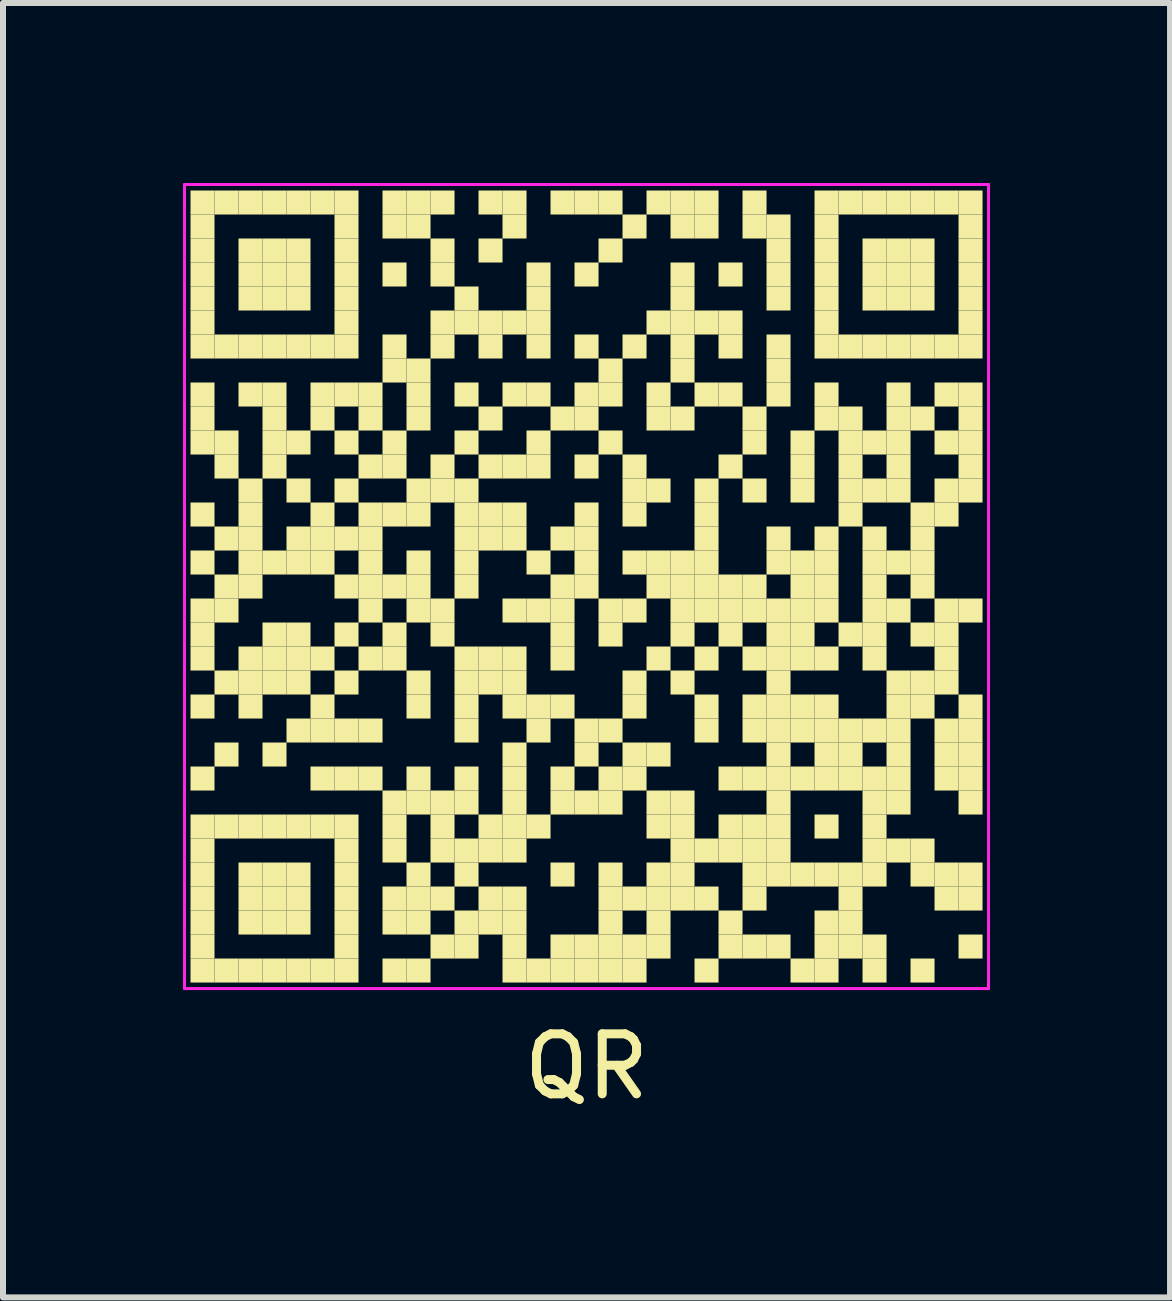
<source format=kicad_pcb>
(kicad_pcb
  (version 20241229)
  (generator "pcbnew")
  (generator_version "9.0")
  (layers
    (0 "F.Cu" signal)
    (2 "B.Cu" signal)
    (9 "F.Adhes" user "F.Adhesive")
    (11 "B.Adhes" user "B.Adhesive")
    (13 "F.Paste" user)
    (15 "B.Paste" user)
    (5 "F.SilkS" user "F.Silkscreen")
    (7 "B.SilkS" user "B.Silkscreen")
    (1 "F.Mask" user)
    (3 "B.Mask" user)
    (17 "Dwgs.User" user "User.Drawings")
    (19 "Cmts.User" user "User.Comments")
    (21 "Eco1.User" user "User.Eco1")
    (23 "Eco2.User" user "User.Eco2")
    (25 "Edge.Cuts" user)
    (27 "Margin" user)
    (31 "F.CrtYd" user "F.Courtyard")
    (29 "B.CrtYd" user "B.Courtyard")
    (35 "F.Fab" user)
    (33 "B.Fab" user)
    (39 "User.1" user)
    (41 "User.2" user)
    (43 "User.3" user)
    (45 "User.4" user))
  (footprint "QR"
    (layer "F.Cu")
    (at 6.725 6.725)
    (property "Reference" "QR" (at 0 8 0) (layer "F.SilkS") (effects (font (size 1 1) (thickness 0.15))))
    (fp_rect (start -6.6 -6.6) (end -6.2 -6.2) (stroke (width 0) (type default)) (fill yes) (layer "F.SilkS"))
    (fp_rect (start -6.6 -6.2) (end -6.2 -5.8) (stroke (width 0) (type default)) (fill yes) (layer "F.SilkS"))
    (fp_rect (start -6.6 -5.8) (end -6.2 -5.4) (stroke (width 0) (type default)) (fill yes) (layer "F.SilkS"))
    (fp_rect (start -6.6 -5.4) (end -6.2 -5) (stroke (width 0) (type default)) (fill yes) (layer "F.SilkS"))
    (fp_rect (start -6.6 -5) (end -6.2 -4.6) (stroke (width 0) (type default)) (fill yes) (layer "F.SilkS"))
    (fp_rect (start -6.6 -4.6) (end -6.2 -4.2) (stroke (width 0) (type default)) (fill yes) (layer "F.SilkS"))
    (fp_rect (start -6.6 -4.2) (end -6.2 -3.8) (stroke (width 0) (type default)) (fill yes) (layer "F.SilkS"))
    (fp_rect (start -6.6 -3.4) (end -6.2 -3) (stroke (width 0) (type default)) (fill yes) (layer "F.SilkS"))
    (fp_rect (start -6.6 -3) (end -6.2 -2.6) (stroke (width 0) (type default)) (fill yes) (layer "F.SilkS"))
    (fp_rect (start -6.6 -2.6) (end -6.2 -2.2) (stroke (width 0) (type default)) (fill yes) (layer "F.SilkS"))
    (fp_rect (start -6.6 -1.4) (end -6.2 -1) (stroke (width 0) (type default)) (fill yes) (layer "F.SilkS"))
    (fp_rect (start -6.6 -0.6) (end -6.2 -0.2) (stroke (width 0) (type default)) (fill yes) (layer "F.SilkS"))
    (fp_rect (start -6.6 0.2) (end -6.2 0.6) (stroke (width 0) (type default)) (fill yes) (layer "F.SilkS"))
    (fp_rect (start -6.6 0.6) (end -6.2 1) (stroke (width 0) (type default)) (fill yes) (layer "F.SilkS"))
    (fp_rect (start -6.6 1) (end -6.2 1.4) (stroke (width 0) (type default)) (fill yes) (layer "F.SilkS"))
    (fp_rect (start -6.6 1.8) (end -6.2 2.2) (stroke (width 0) (type default)) (fill yes) (layer "F.SilkS"))
    (fp_rect (start -6.6 3) (end -6.2 3.4) (stroke (width 0) (type default)) (fill yes) (layer "F.SilkS"))
    (fp_rect (start -6.6 3.8) (end -6.2 4.2) (stroke (width 0) (type default)) (fill yes) (layer "F.SilkS"))
    (fp_rect (start -6.6 4.2) (end -6.2 4.6) (stroke (width 0) (type default)) (fill yes) (layer "F.SilkS"))
    (fp_rect (start -6.6 4.6) (end -6.2 5) (stroke (width 0) (type default)) (fill yes) (layer "F.SilkS"))
    (fp_rect (start -6.6 5) (end -6.2 5.4) (stroke (width 0) (type default)) (fill yes) (layer "F.SilkS"))
    (fp_rect (start -6.6 5.4) (end -6.2 5.8) (stroke (width 0) (type default)) (fill yes) (layer "F.SilkS"))
    (fp_rect (start -6.6 5.8) (end -6.2 6.2) (stroke (width 0) (type default)) (fill yes) (layer "F.SilkS"))
    (fp_rect (start -6.6 6.2) (end -6.2 6.6) (stroke (width 0) (type default)) (fill yes) (layer "F.SilkS"))
    (fp_rect (start -6.2 -6.6) (end -5.8 -6.2) (stroke (width 0) (type default)) (fill yes) (layer "F.SilkS"))
    (fp_rect (start -6.2 -4.2) (end -5.8 -3.8) (stroke (width 0) (type default)) (fill yes) (layer "F.SilkS"))
    (fp_rect (start -6.2 -2.6) (end -5.8 -2.2) (stroke (width 0) (type default)) (fill yes) (layer "F.SilkS"))
    (fp_rect (start -6.2 -2.2) (end -5.8 -1.8) (stroke (width 0) (type default)) (fill yes) (layer "F.SilkS"))
    (fp_rect (start -6.2 -1) (end -5.8 -0.6) (stroke (width 0) (type default)) (fill yes) (layer "F.SilkS"))
    (fp_rect (start -6.2 -0.2) (end -5.8 0.2) (stroke (width 0) (type default)) (fill yes) (layer "F.SilkS"))
    (fp_rect (start -6.2 0.2) (end -5.8 0.6) (stroke (width 0) (type default)) (fill yes) (layer "F.SilkS"))
    (fp_rect (start -6.2 1.4) (end -5.8 1.8) (stroke (width 0) (type default)) (fill yes) (layer "F.SilkS"))
    (fp_rect (start -6.2 2.6) (end -5.8 3) (stroke (width 0) (type default)) (fill yes) (layer "F.SilkS"))
    (fp_rect (start -6.2 3.8) (end -5.8 4.2) (stroke (width 0) (type default)) (fill yes) (layer "F.SilkS"))
    (fp_rect (start -6.2 6.2) (end -5.8 6.6) (stroke (width 0) (type default)) (fill yes) (layer "F.SilkS"))
    (fp_rect (start -5.8 -6.6) (end -5.4 -6.2) (stroke (width 0) (type default)) (fill yes) (layer "F.SilkS"))
    (fp_rect (start -5.8 -5.8) (end -5.4 -5.4) (stroke (width 0) (type default)) (fill yes) (layer "F.SilkS"))
    (fp_rect (start -5.8 -5.4) (end -5.4 -5) (stroke (width 0) (type default)) (fill yes) (layer "F.SilkS"))
    (fp_rect (start -5.8 -5) (end -5.4 -4.6) (stroke (width 0) (type default)) (fill yes) (layer "F.SilkS"))
    (fp_rect (start -5.8 -4.2) (end -5.4 -3.8) (stroke (width 0) (type default)) (fill yes) (layer "F.SilkS"))
    (fp_rect (start -5.8 -3.4) (end -5.4 -3) (stroke (width 0) (type default)) (fill yes) (layer "F.SilkS"))
    (fp_rect (start -5.8 -1.8) (end -5.4 -1.4) (stroke (width 0) (type default)) (fill yes) (layer "F.SilkS"))
    (fp_rect (start -5.8 -1.4) (end -5.4 -1) (stroke (width 0) (type default)) (fill yes) (layer "F.SilkS"))
    (fp_rect (start -5.8 -1) (end -5.4 -0.6) (stroke (width 0) (type default)) (fill yes) (layer "F.SilkS"))
    (fp_rect (start -5.8 -0.6) (end -5.4 -0.2) (stroke (width 0) (type default)) (fill yes) (layer "F.SilkS"))
    (fp_rect (start -5.8 -0.2) (end -5.4 0.2) (stroke (width 0) (type default)) (fill yes) (layer "F.SilkS"))
    (fp_rect (start -5.8 1) (end -5.4 1.4) (stroke (width 0) (type default)) (fill yes) (layer "F.SilkS"))
    (fp_rect (start -5.8 1.4) (end -5.4 1.8) (stroke (width 0) (type default)) (fill yes) (layer "F.SilkS"))
    (fp_rect (start -5.8 1.8) (end -5.4 2.2) (stroke (width 0) (type default)) (fill yes) (layer "F.SilkS"))
    (fp_rect (start -5.8 3.8) (end -5.4 4.2) (stroke (width 0) (type default)) (fill yes) (layer "F.SilkS"))
    (fp_rect (start -5.8 4.6) (end -5.4 5) (stroke (width 0) (type default)) (fill yes) (layer "F.SilkS"))
    (fp_rect (start -5.8 5) (end -5.4 5.4) (stroke (width 0) (type default)) (fill yes) (layer "F.SilkS"))
    (fp_rect (start -5.8 5.4) (end -5.4 5.8) (stroke (width 0) (type default)) (fill yes) (layer "F.SilkS"))
    (fp_rect (start -5.8 6.2) (end -5.4 6.6) (stroke (width 0) (type default)) (fill yes) (layer "F.SilkS"))
    (fp_rect (start -5.4 -6.6) (end -5 -6.2) (stroke (width 0) (type default)) (fill yes) (layer "F.SilkS"))
    (fp_rect (start -5.4 -5.8) (end -5 -5.4) (stroke (width 0) (type default)) (fill yes) (layer "F.SilkS"))
    (fp_rect (start -5.4 -5.4) (end -5 -5) (stroke (width 0) (type default)) (fill yes) (layer "F.SilkS"))
    (fp_rect (start -5.4 -5) (end -5 -4.6) (stroke (width 0) (type default)) (fill yes) (layer "F.SilkS"))
    (fp_rect (start -5.4 -4.2) (end -5 -3.8) (stroke (width 0) (type default)) (fill yes) (layer "F.SilkS"))
    (fp_rect (start -5.4 -3.4) (end -5 -3) (stroke (width 0) (type default)) (fill yes) (layer "F.SilkS"))
    (fp_rect (start -5.4 -3) (end -5 -2.6) (stroke (width 0) (type default)) (fill yes) (layer "F.SilkS"))
    (fp_rect (start -5.4 -2.6) (end -5 -2.2) (stroke (width 0) (type default)) (fill yes) (layer "F.SilkS"))
    (fp_rect (start -5.4 -2.2) (end -5 -1.8) (stroke (width 0) (type default)) (fill yes) (layer "F.SilkS"))
    (fp_rect (start -5.4 -0.6) (end -5 -0.2) (stroke (width 0) (type default)) (fill yes) (layer "F.SilkS"))
    (fp_rect (start -5.4 0.6) (end -5 1) (stroke (width 0) (type default)) (fill yes) (layer "F.SilkS"))
    (fp_rect (start -5.4 1) (end -5 1.4) (stroke (width 0) (type default)) (fill yes) (layer "F.SilkS"))
    (fp_rect (start -5.4 1.4) (end -5 1.8) (stroke (width 0) (type default)) (fill yes) (layer "F.SilkS"))
    (fp_rect (start -5.4 2.6) (end -5 3) (stroke (width 0) (type default)) (fill yes) (layer "F.SilkS"))
    (fp_rect (start -5.4 3.8) (end -5 4.2) (stroke (width 0) (type default)) (fill yes) (layer "F.SilkS"))
    (fp_rect (start -5.4 4.6) (end -5 5) (stroke (width 0) (type default)) (fill yes) (layer "F.SilkS"))
    (fp_rect (start -5.4 5) (end -5 5.4) (stroke (width 0) (type default)) (fill yes) (layer "F.SilkS"))
    (fp_rect (start -5.4 5.4) (end -5 5.8) (stroke (width 0) (type default)) (fill yes) (layer "F.SilkS"))
    (fp_rect (start -5.4 6.2) (end -5 6.6) (stroke (width 0) (type default)) (fill yes) (layer "F.SilkS"))
    (fp_rect (start -5 -6.6) (end -4.6 -6.2) (stroke (width 0) (type default)) (fill yes) (layer "F.SilkS"))
    (fp_rect (start -5 -5.8) (end -4.6 -5.4) (stroke (width 0) (type default)) (fill yes) (layer "F.SilkS"))
    (fp_rect (start -5 -5.4) (end -4.6 -5) (stroke (width 0) (type default)) (fill yes) (layer "F.SilkS"))
    (fp_rect (start -5 -5) (end -4.6 -4.6) (stroke (width 0) (type default)) (fill yes) (layer "F.SilkS"))
    (fp_rect (start -5 -4.2) (end -4.6 -3.8) (stroke (width 0) (type default)) (fill yes) (layer "F.SilkS"))
    (fp_rect (start -5 -2.6) (end -4.6 -2.2) (stroke (width 0) (type default)) (fill yes) (layer "F.SilkS"))
    (fp_rect (start -5 -1.8) (end -4.6 -1.4) (stroke (width 0) (type default)) (fill yes) (layer "F.SilkS"))
    (fp_rect (start -5 -1) (end -4.6 -0.6) (stroke (width 0) (type default)) (fill yes) (layer "F.SilkS"))
    (fp_rect (start -5 -0.6) (end -4.6 -0.2) (stroke (width 0) (type default)) (fill yes) (layer "F.SilkS"))
    (fp_rect (start -5 0.6) (end -4.6 1) (stroke (width 0) (type default)) (fill yes) (layer "F.SilkS"))
    (fp_rect (start -5 1) (end -4.6 1.4) (stroke (width 0) (type default)) (fill yes) (layer "F.SilkS"))
    (fp_rect (start -5 1.4) (end -4.6 1.8) (stroke (width 0) (type default)) (fill yes) (layer "F.SilkS"))
    (fp_rect (start -5 2.2) (end -4.6 2.6) (stroke (width 0) (type default)) (fill yes) (layer "F.SilkS"))
    (fp_rect (start -5 3.8) (end -4.6 4.2) (stroke (width 0) (type default)) (fill yes) (layer "F.SilkS"))
    (fp_rect (start -5 4.6) (end -4.6 5) (stroke (width 0) (type default)) (fill yes) (layer "F.SilkS"))
    (fp_rect (start -5 5) (end -4.6 5.4) (stroke (width 0) (type default)) (fill yes) (layer "F.SilkS"))
    (fp_rect (start -5 5.4) (end -4.6 5.8) (stroke (width 0) (type default)) (fill yes) (layer "F.SilkS"))
    (fp_rect (start -5 6.2) (end -4.6 6.6) (stroke (width 0) (type default)) (fill yes) (layer "F.SilkS"))
    (fp_rect (start -4.6 -6.6) (end -4.2 -6.2) (stroke (width 0) (type default)) (fill yes) (layer "F.SilkS"))
    (fp_rect (start -4.6 -4.2) (end -4.2 -3.8) (stroke (width 0) (type default)) (fill yes) (layer "F.SilkS"))
    (fp_rect (start -4.6 -3.4) (end -4.2 -3) (stroke (width 0) (type default)) (fill yes) (layer "F.SilkS"))
    (fp_rect (start -4.6 -3) (end -4.2 -2.6) (stroke (width 0) (type default)) (fill yes) (layer "F.SilkS"))
    (fp_rect (start -4.6 -1.4) (end -4.2 -1) (stroke (width 0) (type default)) (fill yes) (layer "F.SilkS"))
    (fp_rect (start -4.6 -1) (end -4.2 -0.6) (stroke (width 0) (type default)) (fill yes) (layer "F.SilkS"))
    (fp_rect (start -4.6 -0.6) (end -4.2 -0.2) (stroke (width 0) (type default)) (fill yes) (layer "F.SilkS"))
    (fp_rect (start -4.6 1) (end -4.2 1.4) (stroke (width 0) (type default)) (fill yes) (layer "F.SilkS"))
    (fp_rect (start -4.6 1.8) (end -4.2 2.2) (stroke (width 0) (type default)) (fill yes) (layer "F.SilkS"))
    (fp_rect (start -4.6 2.2) (end -4.2 2.6) (stroke (width 0) (type default)) (fill yes) (layer "F.SilkS"))
    (fp_rect (start -4.6 3) (end -4.2 3.4) (stroke (width 0) (type default)) (fill yes) (layer "F.SilkS"))
    (fp_rect (start -4.6 3.8) (end -4.2 4.2) (stroke (width 0) (type default)) (fill yes) (layer "F.SilkS"))
    (fp_rect (start -4.6 6.2) (end -4.2 6.6) (stroke (width 0) (type default)) (fill yes) (layer "F.SilkS"))
    (fp_rect (start -4.2 -6.6) (end -3.8 -6.2) (stroke (width 0) (type default)) (fill yes) (layer "F.SilkS"))
    (fp_rect (start -4.2 -6.2) (end -3.8 -5.8) (stroke (width 0) (type default)) (fill yes) (layer "F.SilkS"))
    (fp_rect (start -4.2 -5.8) (end -3.8 -5.4) (stroke (width 0) (type default)) (fill yes) (layer "F.SilkS"))
    (fp_rect (start -4.2 -5.4) (end -3.8 -5) (stroke (width 0) (type default)) (fill yes) (layer "F.SilkS"))
    (fp_rect (start -4.2 -5) (end -3.8 -4.6) (stroke (width 0) (type default)) (fill yes) (layer "F.SilkS"))
    (fp_rect (start -4.2 -4.6) (end -3.8 -4.2) (stroke (width 0) (type default)) (fill yes) (layer "F.SilkS"))
    (fp_rect (start -4.2 -4.2) (end -3.8 -3.8) (stroke (width 0) (type default)) (fill yes) (layer "F.SilkS"))
    (fp_rect (start -4.2 -3.4) (end -3.8 -3) (stroke (width 0) (type default)) (fill yes) (layer "F.SilkS"))
    (fp_rect (start -4.2 -2.6) (end -3.8 -2.2) (stroke (width 0) (type default)) (fill yes) (layer "F.SilkS"))
    (fp_rect (start -4.2 -1.8) (end -3.8 -1.4) (stroke (width 0) (type default)) (fill yes) (layer "F.SilkS"))
    (fp_rect (start -4.2 -1) (end -3.8 -0.6) (stroke (width 0) (type default)) (fill yes) (layer "F.SilkS"))
    (fp_rect (start -4.2 -0.2) (end -3.8 0.2) (stroke (width 0) (type default)) (fill yes) (layer "F.SilkS"))
    (fp_rect (start -4.2 0.6) (end -3.8 1) (stroke (width 0) (type default)) (fill yes) (layer "F.SilkS"))
    (fp_rect (start -4.2 1.4) (end -3.8 1.8) (stroke (width 0) (type default)) (fill yes) (layer "F.SilkS"))
    (fp_rect (start -4.2 2.2) (end -3.8 2.6) (stroke (width 0) (type default)) (fill yes) (layer "F.SilkS"))
    (fp_rect (start -4.2 3) (end -3.8 3.4) (stroke (width 0) (type default)) (fill yes) (layer "F.SilkS"))
    (fp_rect (start -4.2 3.8) (end -3.8 4.2) (stroke (width 0) (type default)) (fill yes) (layer "F.SilkS"))
    (fp_rect (start -4.2 4.2) (end -3.8 4.6) (stroke (width 0) (type default)) (fill yes) (layer "F.SilkS"))
    (fp_rect (start -4.2 4.6) (end -3.8 5) (stroke (width 0) (type default)) (fill yes) (layer "F.SilkS"))
    (fp_rect (start -4.2 5) (end -3.8 5.4) (stroke (width 0) (type default)) (fill yes) (layer "F.SilkS"))
    (fp_rect (start -4.2 5.4) (end -3.8 5.8) (stroke (width 0) (type default)) (fill yes) (layer "F.SilkS"))
    (fp_rect (start -4.2 5.8) (end -3.8 6.2) (stroke (width 0) (type default)) (fill yes) (layer "F.SilkS"))
    (fp_rect (start -4.2 6.2) (end -3.8 6.6) (stroke (width 0) (type default)) (fill yes) (layer "F.SilkS"))
    (fp_rect (start -3.8 -3.4) (end -3.4 -3) (stroke (width 0) (type default)) (fill yes) (layer "F.SilkS"))
    (fp_rect (start -3.8 -3) (end -3.4 -2.6) (stroke (width 0) (type default)) (fill yes) (layer "F.SilkS"))
    (fp_rect (start -3.8 -2.2) (end -3.4 -1.8) (stroke (width 0) (type default)) (fill yes) (layer "F.SilkS"))
    (fp_rect (start -3.8 -1.4) (end -3.4 -1) (stroke (width 0) (type default)) (fill yes) (layer "F.SilkS"))
    (fp_rect (start -3.8 -1) (end -3.4 -0.6) (stroke (width 0) (type default)) (fill yes) (layer "F.SilkS"))
    (fp_rect (start -3.8 -0.6) (end -3.4 -0.2) (stroke (width 0) (type default)) (fill yes) (layer "F.SilkS"))
    (fp_rect (start -3.8 -0.2) (end -3.4 0.2) (stroke (width 0) (type default)) (fill yes) (layer "F.SilkS"))
    (fp_rect (start -3.8 0.2) (end -3.4 0.6) (stroke (width 0) (type default)) (fill yes) (layer "F.SilkS"))
    (fp_rect (start -3.8 1) (end -3.4 1.4) (stroke (width 0) (type default)) (fill yes) (layer "F.SilkS"))
    (fp_rect (start -3.8 2.2) (end -3.4 2.6) (stroke (width 0) (type default)) (fill yes) (layer "F.SilkS"))
    (fp_rect (start -3.8 3) (end -3.4 3.4) (stroke (width 0) (type default)) (fill yes) (layer "F.SilkS"))
    (fp_rect (start -3.4 -6.6) (end -3 -6.2) (stroke (width 0) (type default)) (fill yes) (layer "F.SilkS"))
    (fp_rect (start -3.4 -6.2) (end -3 -5.8) (stroke (width 0) (type default)) (fill yes) (layer "F.SilkS"))
    (fp_rect (start -3.4 -5.4) (end -3 -5) (stroke (width 0) (type default)) (fill yes) (layer "F.SilkS"))
    (fp_rect (start -3.4 -4.2) (end -3 -3.8) (stroke (width 0) (type default)) (fill yes) (layer "F.SilkS"))
    (fp_rect (start -3.4 -3.8) (end -3 -3.4) (stroke (width 0) (type default)) (fill yes) (layer "F.SilkS"))
    (fp_rect (start -3.4 -2.6) (end -3 -2.2) (stroke (width 0) (type default)) (fill yes) (layer "F.SilkS"))
    (fp_rect (start -3.4 -2.2) (end -3 -1.8) (stroke (width 0) (type default)) (fill yes) (layer "F.SilkS"))
    (fp_rect (start -3.4 -1.4) (end -3 -1) (stroke (width 0) (type default)) (fill yes) (layer "F.SilkS"))
    (fp_rect (start -3.4 -0.2) (end -3 0.2) (stroke (width 0) (type default)) (fill yes) (layer "F.SilkS"))
    (fp_rect (start -3.4 0.6) (end -3 1) (stroke (width 0) (type default)) (fill yes) (layer "F.SilkS"))
    (fp_rect (start -3.4 1) (end -3 1.4) (stroke (width 0) (type default)) (fill yes) (layer "F.SilkS"))
    (fp_rect (start -3.4 3.4) (end -3 3.8) (stroke (width 0) (type default)) (fill yes) (layer "F.SilkS"))
    (fp_rect (start -3.4 3.8) (end -3 4.2) (stroke (width 0) (type default)) (fill yes) (layer "F.SilkS"))
    (fp_rect (start -3.4 4.2) (end -3 4.6) (stroke (width 0) (type default)) (fill yes) (layer "F.SilkS"))
    (fp_rect (start -3.4 5) (end -3 5.4) (stroke (width 0) (type default)) (fill yes) (layer "F.SilkS"))
    (fp_rect (start -3.4 5.4) (end -3 5.8) (stroke (width 0) (type default)) (fill yes) (layer "F.SilkS"))
    (fp_rect (start -3.4 6.2) (end -3 6.6) (stroke (width 0) (type default)) (fill yes) (layer "F.SilkS"))
    (fp_rect (start -3 -6.6) (end -2.6 -6.2) (stroke (width 0) (type default)) (fill yes) (layer "F.SilkS"))
    (fp_rect (start -3 -6.2) (end -2.6 -5.8) (stroke (width 0) (type default)) (fill yes) (layer "F.SilkS"))
    (fp_rect (start -3 -3.8) (end -2.6 -3.4) (stroke (width 0) (type default)) (fill yes) (layer "F.SilkS"))
    (fp_rect (start -3 -3.4) (end -2.6 -3) (stroke (width 0) (type default)) (fill yes) (layer "F.SilkS"))
    (fp_rect (start -3 -3) (end -2.6 -2.6) (stroke (width 0) (type default)) (fill yes) (layer "F.SilkS"))
    (fp_rect (start -3 -1.8) (end -2.6 -1.4) (stroke (width 0) (type default)) (fill yes) (layer "F.SilkS"))
    (fp_rect (start -3 -1.4) (end -2.6 -1) (stroke (width 0) (type default)) (fill yes) (layer "F.SilkS"))
    (fp_rect (start -3 -0.6) (end -2.6 -0.2) (stroke (width 0) (type default)) (fill yes) (layer "F.SilkS"))
    (fp_rect (start -3 -0.2) (end -2.6 0.2) (stroke (width 0) (type default)) (fill yes) (layer "F.SilkS"))
    (fp_rect (start -3 0.2) (end -2.6 0.6) (stroke (width 0) (type default)) (fill yes) (layer "F.SilkS"))
    (fp_rect (start -3 1.4) (end -2.6 1.8) (stroke (width 0) (type default)) (fill yes) (layer "F.SilkS"))
    (fp_rect (start -3 1.8) (end -2.6 2.2) (stroke (width 0) (type default)) (fill yes) (layer "F.SilkS"))
    (fp_rect (start -3 3) (end -2.6 3.4) (stroke (width 0) (type default)) (fill yes) (layer "F.SilkS"))
    (fp_rect (start -3 3.4) (end -2.6 3.8) (stroke (width 0) (type default)) (fill yes) (layer "F.SilkS"))
    (fp_rect (start -3 4.6) (end -2.6 5) (stroke (width 0) (type default)) (fill yes) (layer "F.SilkS"))
    (fp_rect (start -3 5) (end -2.6 5.4) (stroke (width 0) (type default)) (fill yes) (layer "F.SilkS"))
    (fp_rect (start -3 5.4) (end -2.6 5.8) (stroke (width 0) (type default)) (fill yes) (layer "F.SilkS"))
    (fp_rect (start -3 6.2) (end -2.6 6.6) (stroke (width 0) (type default)) (fill yes) (layer "F.SilkS"))
    (fp_rect (start -2.6 -6.6) (end -2.2 -6.2) (stroke (width 0) (type default)) (fill yes) (layer "F.SilkS"))
    (fp_rect (start -2.6 -5.8) (end -2.2 -5.4) (stroke (width 0) (type default)) (fill yes) (layer "F.SilkS"))
    (fp_rect (start -2.6 -5.4) (end -2.2 -5) (stroke (width 0) (type default)) (fill yes) (layer "F.SilkS"))
    (fp_rect (start -2.6 -4.6) (end -2.2 -4.2) (stroke (width 0) (type default)) (fill yes) (layer "F.SilkS"))
    (fp_rect (start -2.6 -4.2) (end -2.2 -3.8) (stroke (width 0) (type default)) (fill yes) (layer "F.SilkS"))
    (fp_rect (start -2.6 -2.2) (end -2.2 -1.8) (stroke (width 0) (type default)) (fill yes) (layer "F.SilkS"))
    (fp_rect (start -2.6 -1.8) (end -2.2 -1.4) (stroke (width 0) (type default)) (fill yes) (layer "F.SilkS"))
    (fp_rect (start -2.6 0.2) (end -2.2 0.6) (stroke (width 0) (type default)) (fill yes) (layer "F.SilkS"))
    (fp_rect (start -2.6 0.6) (end -2.2 1) (stroke (width 0) (type default)) (fill yes) (layer "F.SilkS"))
    (fp_rect (start -2.6 3.4) (end -2.2 3.8) (stroke (width 0) (type default)) (fill yes) (layer "F.SilkS"))
    (fp_rect (start -2.6 3.8) (end -2.2 4.2) (stroke (width 0) (type default)) (fill yes) (layer "F.SilkS"))
    (fp_rect (start -2.6 4.2) (end -2.2 4.6) (stroke (width 0) (type default)) (fill yes) (layer "F.SilkS"))
    (fp_rect (start -2.6 5) (end -2.2 5.4) (stroke (width 0) (type default)) (fill yes) (layer "F.SilkS"))
    (fp_rect (start -2.6 5.8) (end -2.2 6.2) (stroke (width 0) (type default)) (fill yes) (layer "F.SilkS"))
    (fp_rect (start -2.2 -5) (end -1.8 -4.6) (stroke (width 0) (type default)) (fill yes) (layer "F.SilkS"))
    (fp_rect (start -2.2 -4.6) (end -1.8 -4.2) (stroke (width 0) (type default)) (fill yes) (layer "F.SilkS"))
    (fp_rect (start -2.2 -3.4) (end -1.8 -3) (stroke (width 0) (type default)) (fill yes) (layer "F.SilkS"))
    (fp_rect (start -2.2 -2.6) (end -1.8 -2.2) (stroke (width 0) (type default)) (fill yes) (layer "F.SilkS"))
    (fp_rect (start -2.2 -1.8) (end -1.8 -1.4) (stroke (width 0) (type default)) (fill yes) (layer "F.SilkS"))
    (fp_rect (start -2.2 -1.4) (end -1.8 -1) (stroke (width 0) (type default)) (fill yes) (layer "F.SilkS"))
    (fp_rect (start -2.2 -1) (end -1.8 -0.6) (stroke (width 0) (type default)) (fill yes) (layer "F.SilkS"))
    (fp_rect (start -2.2 -0.6) (end -1.8 -0.2) (stroke (width 0) (type default)) (fill yes) (layer "F.SilkS"))
    (fp_rect (start -2.2 -0.2) (end -1.8 0.2) (stroke (width 0) (type default)) (fill yes) (layer "F.SilkS"))
    (fp_rect (start -2.2 1) (end -1.8 1.4) (stroke (width 0) (type default)) (fill yes) (layer "F.SilkS"))
    (fp_rect (start -2.2 1.4) (end -1.8 1.8) (stroke (width 0) (type default)) (fill yes) (layer "F.SilkS"))
    (fp_rect (start -2.2 1.8) (end -1.8 2.2) (stroke (width 0) (type default)) (fill yes) (layer "F.SilkS"))
    (fp_rect (start -2.2 2.2) (end -1.8 2.6) (stroke (width 0) (type default)) (fill yes) (layer "F.SilkS"))
    (fp_rect (start -2.2 3) (end -1.8 3.4) (stroke (width 0) (type default)) (fill yes) (layer "F.SilkS"))
    (fp_rect (start -2.2 3.4) (end -1.8 3.8) (stroke (width 0) (type default)) (fill yes) (layer "F.SilkS"))
    (fp_rect (start -2.2 4.2) (end -1.8 4.6) (stroke (width 0) (type default)) (fill yes) (layer "F.SilkS"))
    (fp_rect (start -2.2 4.6) (end -1.8 5) (stroke (width 0) (type default)) (fill yes) (layer "F.SilkS"))
    (fp_rect (start -2.2 5.4) (end -1.8 5.8) (stroke (width 0) (type default)) (fill yes) (layer "F.SilkS"))
    (fp_rect (start -2.2 5.8) (end -1.8 6.2) (stroke (width 0) (type default)) (fill yes) (layer "F.SilkS"))
    (fp_rect (start -1.8 -6.6) (end -1.4 -6.2) (stroke (width 0) (type default)) (fill yes) (layer "F.SilkS"))
    (fp_rect (start -1.8 -5.8) (end -1.4 -5.4) (stroke (width 0) (type default)) (fill yes) (layer "F.SilkS"))
    (fp_rect (start -1.8 -4.6) (end -1.4 -4.2) (stroke (width 0) (type default)) (fill yes) (layer "F.SilkS"))
    (fp_rect (start -1.8 -4.2) (end -1.4 -3.8) (stroke (width 0) (type default)) (fill yes) (layer "F.SilkS"))
    (fp_rect (start -1.8 -3) (end -1.4 -2.6) (stroke (width 0) (type default)) (fill yes) (layer "F.SilkS"))
    (fp_rect (start -1.8 -2.2) (end -1.4 -1.8) (stroke (width 0) (type default)) (fill yes) (layer "F.SilkS"))
    (fp_rect (start -1.8 -1.4) (end -1.4 -1) (stroke (width 0) (type default)) (fill yes) (layer "F.SilkS"))
    (fp_rect (start -1.8 -1) (end -1.4 -0.6) (stroke (width 0) (type default)) (fill yes) (layer "F.SilkS"))
    (fp_rect (start -1.8 1) (end -1.4 1.4) (stroke (width 0) (type default)) (fill yes) (layer "F.SilkS"))
    (fp_rect (start -1.8 1.4) (end -1.4 1.8) (stroke (width 0) (type default)) (fill yes) (layer "F.SilkS"))
    (fp_rect (start -1.8 3.8) (end -1.4 4.2) (stroke (width 0) (type default)) (fill yes) (layer "F.SilkS"))
    (fp_rect (start -1.8 4.2) (end -1.4 4.6) (stroke (width 0) (type default)) (fill yes) (layer "F.SilkS"))
    (fp_rect (start -1.8 5) (end -1.4 5.4) (stroke (width 0) (type default)) (fill yes) (layer "F.SilkS"))
    (fp_rect (start -1.8 5.4) (end -1.4 5.8) (stroke (width 0) (type default)) (fill yes) (layer "F.SilkS"))
    (fp_rect (start -1.4 -6.6) (end -1 -6.2) (stroke (width 0) (type default)) (fill yes) (layer "F.SilkS"))
    (fp_rect (start -1.4 -6.2) (end -1 -5.8) (stroke (width 0) (type default)) (fill yes) (layer "F.SilkS"))
    (fp_rect (start -1.4 -4.6) (end -1 -4.2) (stroke (width 0) (type default)) (fill yes) (layer "F.SilkS"))
    (fp_rect (start -1.4 -3.4) (end -1 -3) (stroke (width 0) (type default)) (fill yes) (layer "F.SilkS"))
    (fp_rect (start -1.4 -2.2) (end -1 -1.8) (stroke (width 0) (type default)) (fill yes) (layer "F.SilkS"))
    (fp_rect (start -1.4 -1.4) (end -1 -1) (stroke (width 0) (type default)) (fill yes) (layer "F.SilkS"))
    (fp_rect (start -1.4 -1) (end -1 -0.6) (stroke (width 0) (type default)) (fill yes) (layer "F.SilkS"))
    (fp_rect (start -1.4 0.2) (end -1 0.6) (stroke (width 0) (type default)) (fill yes) (layer "F.SilkS"))
    (fp_rect (start -1.4 1) (end -1 1.4) (stroke (width 0) (type default)) (fill yes) (layer "F.SilkS"))
    (fp_rect (start -1.4 1.4) (end -1 1.8) (stroke (width 0) (type default)) (fill yes) (layer "F.SilkS"))
    (fp_rect (start -1.4 1.8) (end -1 2.2) (stroke (width 0) (type default)) (fill yes) (layer "F.SilkS"))
    (fp_rect (start -1.4 2.6) (end -1 3) (stroke (width 0) (type default)) (fill yes) (layer "F.SilkS"))
    (fp_rect (start -1.4 3) (end -1 3.4) (stroke (width 0) (type default)) (fill yes) (layer "F.SilkS"))
    (fp_rect (start -1.4 3.4) (end -1 3.8) (stroke (width 0) (type default)) (fill yes) (layer "F.SilkS"))
    (fp_rect (start -1.4 3.8) (end -1 4.2) (stroke (width 0) (type default)) (fill yes) (layer "F.SilkS"))
    (fp_rect (start -1.4 4.2) (end -1 4.6) (stroke (width 0) (type default)) (fill yes) (layer "F.SilkS"))
    (fp_rect (start -1.4 5) (end -1 5.4) (stroke (width 0) (type default)) (fill yes) (layer "F.SilkS"))
    (fp_rect (start -1.4 5.4) (end -1 5.8) (stroke (width 0) (type default)) (fill yes) (layer "F.SilkS"))
    (fp_rect (start -1.4 5.8) (end -1 6.2) (stroke (width 0) (type default)) (fill yes) (layer "F.SilkS"))
    (fp_rect (start -1.4 6.2) (end -1 6.6) (stroke (width 0) (type default)) (fill yes) (layer "F.SilkS"))
    (fp_rect (start -1 -5.4) (end -0.6 -5) (stroke (width 0) (type default)) (fill yes) (layer "F.SilkS"))
    (fp_rect (start -1 -5) (end -0.6 -4.6) (stroke (width 0) (type default)) (fill yes) (layer "F.SilkS"))
    (fp_rect (start -1 -4.6) (end -0.6 -4.2) (stroke (width 0) (type default)) (fill yes) (layer "F.SilkS"))
    (fp_rect (start -1 -4.2) (end -0.6 -3.8) (stroke (width 0) (type default)) (fill yes) (layer "F.SilkS"))
    (fp_rect (start -1 -3.4) (end -0.6 -3) (stroke (width 0) (type default)) (fill yes) (layer "F.SilkS"))
    (fp_rect (start -1 -2.6) (end -0.6 -2.2) (stroke (width 0) (type default)) (fill yes) (layer "F.SilkS"))
    (fp_rect (start -1 -2.2) (end -0.6 -1.8) (stroke (width 0) (type default)) (fill yes) (layer "F.SilkS"))
    (fp_rect (start -1 -0.6) (end -0.6 -0.2) (stroke (width 0) (type default)) (fill yes) (layer "F.SilkS"))
    (fp_rect (start -1 0.2) (end -0.6 0.6) (stroke (width 0) (type default)) (fill yes) (layer "F.SilkS"))
    (fp_rect (start -1 1.8) (end -0.6 2.2) (stroke (width 0) (type default)) (fill yes) (layer "F.SilkS"))
    (fp_rect (start -1 2.2) (end -0.6 2.6) (stroke (width 0) (type default)) (fill yes) (layer "F.SilkS"))
    (fp_rect (start -1 3.8) (end -0.6 4.2) (stroke (width 0) (type default)) (fill yes) (layer "F.SilkS"))
    (fp_rect (start -1 6.2) (end -0.6 6.6) (stroke (width 0) (type default)) (fill yes) (layer "F.SilkS"))
    (fp_rect (start -0.6 -6.6) (end -0.2 -6.2) (stroke (width 0) (type default)) (fill yes) (layer "F.SilkS"))
    (fp_rect (start -0.6 -3) (end -0.2 -2.6) (stroke (width 0) (type default)) (fill yes) (layer "F.SilkS"))
    (fp_rect (start -0.6 -1) (end -0.2 -0.6) (stroke (width 0) (type default)) (fill yes) (layer "F.SilkS"))
    (fp_rect (start -0.6 -0.2) (end -0.2 0.2) (stroke (width 0) (type default)) (fill yes) (layer "F.SilkS"))
    (fp_rect (start -0.6 0.2) (end -0.2 0.6) (stroke (width 0) (type default)) (fill yes) (layer "F.SilkS"))
    (fp_rect (start -0.6 0.6) (end -0.2 1) (stroke (width 0) (type default)) (fill yes) (layer "F.SilkS"))
    (fp_rect (start -0.6 1) (end -0.2 1.4) (stroke (width 0) (type default)) (fill yes) (layer "F.SilkS"))
    (fp_rect (start -0.6 1.8) (end -0.2 2.2) (stroke (width 0) (type default)) (fill yes) (layer "F.SilkS"))
    (fp_rect (start -0.6 3) (end -0.2 3.4) (stroke (width 0) (type default)) (fill yes) (layer "F.SilkS"))
    (fp_rect (start -0.6 3.4) (end -0.2 3.8) (stroke (width 0) (type default)) (fill yes) (layer "F.SilkS"))
    (fp_rect (start -0.6 4.6) (end -0.2 5) (stroke (width 0) (type default)) (fill yes) (layer "F.SilkS"))
    (fp_rect (start -0.6 5.8) (end -0.2 6.2) (stroke (width 0) (type default)) (fill yes) (layer "F.SilkS"))
    (fp_rect (start -0.6 6.2) (end -0.2 6.6) (stroke (width 0) (type default)) (fill yes) (layer "F.SilkS"))
    (fp_rect (start -0.2 -6.6) (end 0.2 -6.2) (stroke (width 0) (type default)) (fill yes) (layer "F.SilkS"))
    (fp_rect (start -0.2 -5.4) (end 0.2 -5) (stroke (width 0) (type default)) (fill yes) (layer "F.SilkS"))
    (fp_rect (start -0.2 -4.2) (end 0.2 -3.8) (stroke (width 0) (type default)) (fill yes) (layer "F.SilkS"))
    (fp_rect (start -0.2 -3.4) (end 0.2 -3) (stroke (width 0) (type default)) (fill yes) (layer "F.SilkS"))
    (fp_rect (start -0.2 -3) (end 0.2 -2.6) (stroke (width 0) (type default)) (fill yes) (layer "F.SilkS"))
    (fp_rect (start -0.2 -2.2) (end 0.2 -1.8) (stroke (width 0) (type default)) (fill yes) (layer "F.SilkS"))
    (fp_rect (start -0.2 -1.4) (end 0.2 -1) (stroke (width 0) (type default)) (fill yes) (layer "F.SilkS"))
    (fp_rect (start -0.2 -1) (end 0.2 -0.6) (stroke (width 0) (type default)) (fill yes) (layer "F.SilkS"))
    (fp_rect (start -0.2 -0.6) (end 0.2 -0.2) (stroke (width 0) (type default)) (fill yes) (layer "F.SilkS"))
    (fp_rect (start -0.2 -0.2) (end 0.2 0.2) (stroke (width 0) (type default)) (fill yes) (layer "F.SilkS"))
    (fp_rect (start -0.2 2.2) (end 0.2 2.6) (stroke (width 0) (type default)) (fill yes) (layer "F.SilkS"))
    (fp_rect (start -0.2 2.6) (end 0.2 3) (stroke (width 0) (type default)) (fill yes) (layer "F.SilkS"))
    (fp_rect (start -0.2 3.4) (end 0.2 3.8) (stroke (width 0) (type default)) (fill yes) (layer "F.SilkS"))
    (fp_rect (start -0.2 5.8) (end 0.2 6.2) (stroke (width 0) (type default)) (fill yes) (layer "F.SilkS"))
    (fp_rect (start -0.2 6.2) (end 0.2 6.6) (stroke (width 0) (type default)) (fill yes) (layer "F.SilkS"))
    (fp_rect (start 0.2 -6.6) (end 0.6 -6.2) (stroke (width 0) (type default)) (fill yes) (layer "F.SilkS"))
    (fp_rect (start 0.2 -5.8) (end 0.6 -5.4) (stroke (width 0) (type default)) (fill yes) (layer "F.SilkS"))
    (fp_rect (start 0.2 -3.8) (end 0.6 -3.4) (stroke (width 0) (type default)) (fill yes) (layer "F.SilkS"))
    (fp_rect (start 0.2 -3.4) (end 0.6 -3) (stroke (width 0) (type default)) (fill yes) (layer "F.SilkS"))
    (fp_rect (start 0.2 -2.6) (end 0.6 -2.2) (stroke (width 0) (type default)) (fill yes) (layer "F.SilkS"))
    (fp_rect (start 0.2 0.2) (end 0.6 0.6) (stroke (width 0) (type default)) (fill yes) (layer "F.SilkS"))
    (fp_rect (start 0.2 0.6) (end 0.6 1) (stroke (width 0) (type default)) (fill yes) (layer "F.SilkS"))
    (fp_rect (start 0.2 2.2) (end 0.6 2.6) (stroke (width 0) (type default)) (fill yes) (layer "F.SilkS"))
    (fp_rect (start 0.2 3) (end 0.6 3.4) (stroke (width 0) (type default)) (fill yes) (layer "F.SilkS"))
    (fp_rect (start 0.2 3.4) (end 0.6 3.8) (stroke (width 0) (type default)) (fill yes) (layer "F.SilkS"))
    (fp_rect (start 0.2 4.6) (end 0.6 5) (stroke (width 0) (type default)) (fill yes) (layer "F.SilkS"))
    (fp_rect (start 0.2 5) (end 0.6 5.4) (stroke (width 0) (type default)) (fill yes) (layer "F.SilkS"))
    (fp_rect (start 0.2 5.4) (end 0.6 5.8) (stroke (width 0) (type default)) (fill yes) (layer "F.SilkS"))
    (fp_rect (start 0.2 5.8) (end 0.6 6.2) (stroke (width 0) (type default)) (fill yes) (layer "F.SilkS"))
    (fp_rect (start 0.2 6.2) (end 0.6 6.6) (stroke (width 0) (type default)) (fill yes) (layer "F.SilkS"))
    (fp_rect (start 0.6 -6.2) (end 1 -5.8) (stroke (width 0) (type default)) (fill yes) (layer "F.SilkS"))
    (fp_rect (start 0.6 -4.2) (end 1 -3.8) (stroke (width 0) (type default)) (fill yes) (layer "F.SilkS"))
    (fp_rect (start 0.6 -2.2) (end 1 -1.8) (stroke (width 0) (type default)) (fill yes) (layer "F.SilkS"))
    (fp_rect (start 0.6 -1.8) (end 1 -1.4) (stroke (width 0) (type default)) (fill yes) (layer "F.SilkS"))
    (fp_rect (start 0.6 -1.4) (end 1 -1) (stroke (width 0) (type default)) (fill yes) (layer "F.SilkS"))
    (fp_rect (start 0.6 -0.6) (end 1 -0.2) (stroke (width 0) (type default)) (fill yes) (layer "F.SilkS"))
    (fp_rect (start 0.6 0.2) (end 1 0.6) (stroke (width 0) (type default)) (fill yes) (layer "F.SilkS"))
    (fp_rect (start 0.6 1.4) (end 1 1.8) (stroke (width 0) (type default)) (fill yes) (layer "F.SilkS"))
    (fp_rect (start 0.6 1.8) (end 1 2.2) (stroke (width 0) (type default)) (fill yes) (layer "F.SilkS"))
    (fp_rect (start 0.6 2.6) (end 1 3) (stroke (width 0) (type default)) (fill yes) (layer "F.SilkS"))
    (fp_rect (start 0.6 3) (end 1 3.4) (stroke (width 0) (type default)) (fill yes) (layer "F.SilkS"))
    (fp_rect (start 0.6 5) (end 1 5.4) (stroke (width 0) (type default)) (fill yes) (layer "F.SilkS"))
    (fp_rect (start 0.6 5.8) (end 1 6.2) (stroke (width 0) (type default)) (fill yes) (layer "F.SilkS"))
    (fp_rect (start 0.6 6.2) (end 1 6.6) (stroke (width 0) (type default)) (fill yes) (layer "F.SilkS"))
    (fp_rect (start 1 -6.6) (end 1.4 -6.2) (stroke (width 0) (type default)) (fill yes) (layer "F.SilkS"))
    (fp_rect (start 1 -4.6) (end 1.4 -4.2) (stroke (width 0) (type default)) (fill yes) (layer "F.SilkS"))
    (fp_rect (start 1 -3.4) (end 1.4 -3) (stroke (width 0) (type default)) (fill yes) (layer "F.SilkS"))
    (fp_rect (start 1 -3) (end 1.4 -2.6) (stroke (width 0) (type default)) (fill yes) (layer "F.SilkS"))
    (fp_rect (start 1 -1.8) (end 1.4 -1.4) (stroke (width 0) (type default)) (fill yes) (layer "F.SilkS"))
    (fp_rect (start 1 -0.6) (end 1.4 -0.2) (stroke (width 0) (type default)) (fill yes) (layer "F.SilkS"))
    (fp_rect (start 1 -0.2) (end 1.4 0.2) (stroke (width 0) (type default)) (fill yes) (layer "F.SilkS"))
    (fp_rect (start 1 1) (end 1.4 1.4) (stroke (width 0) (type default)) (fill yes) (layer "F.SilkS"))
    (fp_rect (start 1 2.6) (end 1.4 3) (stroke (width 0) (type default)) (fill yes) (layer "F.SilkS"))
    (fp_rect (start 1 3.4) (end 1.4 3.8) (stroke (width 0) (type default)) (fill yes) (layer "F.SilkS"))
    (fp_rect (start 1 3.8) (end 1.4 4.2) (stroke (width 0) (type default)) (fill yes) (layer "F.SilkS"))
    (fp_rect (start 1 4.6) (end 1.4 5) (stroke (width 0) (type default)) (fill yes) (layer "F.SilkS"))
    (fp_rect (start 1 5) (end 1.4 5.4) (stroke (width 0) (type default)) (fill yes) (layer "F.SilkS"))
    (fp_rect (start 1 5.4) (end 1.4 5.8) (stroke (width 0) (type default)) (fill yes) (layer "F.SilkS"))
    (fp_rect (start 1 5.8) (end 1.4 6.2) (stroke (width 0) (type default)) (fill yes) (layer "F.SilkS"))
    (fp_rect (start 1.4 -6.6) (end 1.8 -6.2) (stroke (width 0) (type default)) (fill yes) (layer "F.SilkS"))
    (fp_rect (start 1.4 -6.2) (end 1.8 -5.8) (stroke (width 0) (type default)) (fill yes) (layer "F.SilkS"))
    (fp_rect (start 1.4 -5.4) (end 1.8 -5) (stroke (width 0) (type default)) (fill yes) (layer "F.SilkS"))
    (fp_rect (start 1.4 -5) (end 1.8 -4.6) (stroke (width 0) (type default)) (fill yes) (layer "F.SilkS"))
    (fp_rect (start 1.4 -4.6) (end 1.8 -4.2) (stroke (width 0) (type default)) (fill yes) (layer "F.SilkS"))
    (fp_rect (start 1.4 -4.2) (end 1.8 -3.8) (stroke (width 0) (type default)) (fill yes) (layer "F.SilkS"))
    (fp_rect (start 1.4 -3.8) (end 1.8 -3.4) (stroke (width 0) (type default)) (fill yes) (layer "F.SilkS"))
    (fp_rect (start 1.4 -3) (end 1.8 -2.6) (stroke (width 0) (type default)) (fill yes) (layer "F.SilkS"))
    (fp_rect (start 1.4 -0.6) (end 1.8 -0.2) (stroke (width 0) (type default)) (fill yes) (layer "F.SilkS"))
    (fp_rect (start 1.4 -0.2) (end 1.8 0.2) (stroke (width 0) (type default)) (fill yes) (layer "F.SilkS"))
    (fp_rect (start 1.4 0.2) (end 1.8 0.6) (stroke (width 0) (type default)) (fill yes) (layer "F.SilkS"))
    (fp_rect (start 1.4 0.6) (end 1.8 1) (stroke (width 0) (type default)) (fill yes) (layer "F.SilkS"))
    (fp_rect (start 1.4 1.4) (end 1.8 1.8) (stroke (width 0) (type default)) (fill yes) (layer "F.SilkS"))
    (fp_rect (start 1.4 3.4) (end 1.8 3.8) (stroke (width 0) (type default)) (fill yes) (layer "F.SilkS"))
    (fp_rect (start 1.4 3.8) (end 1.8 4.2) (stroke (width 0) (type default)) (fill yes) (layer "F.SilkS"))
    (fp_rect (start 1.4 4.2) (end 1.8 4.6) (stroke (width 0) (type default)) (fill yes) (layer "F.SilkS"))
    (fp_rect (start 1.4 4.6) (end 1.8 5) (stroke (width 0) (type default)) (fill yes) (layer "F.SilkS"))
    (fp_rect (start 1.4 5) (end 1.8 5.4) (stroke (width 0) (type default)) (fill yes) (layer "F.SilkS"))
    (fp_rect (start 1.8 -6.6) (end 2.2 -6.2) (stroke (width 0) (type default)) (fill yes) (layer "F.SilkS"))
    (fp_rect (start 1.8 -6.2) (end 2.2 -5.8) (stroke (width 0) (type default)) (fill yes) (layer "F.SilkS"))
    (fp_rect (start 1.8 -4.6) (end 2.2 -4.2) (stroke (width 0) (type default)) (fill yes) (layer "F.SilkS"))
    (fp_rect (start 1.8 -3.4) (end 2.2 -3) (stroke (width 0) (type default)) (fill yes) (layer "F.SilkS"))
    (fp_rect (start 1.8 -1.8) (end 2.2 -1.4) (stroke (width 0) (type default)) (fill yes) (layer "F.SilkS"))
    (fp_rect (start 1.8 -1.4) (end 2.2 -1) (stroke (width 0) (type default)) (fill yes) (layer "F.SilkS"))
    (fp_rect (start 1.8 -1) (end 2.2 -0.6) (stroke (width 0) (type default)) (fill yes) (layer "F.SilkS"))
    (fp_rect (start 1.8 -0.6) (end 2.2 -0.2) (stroke (width 0) (type default)) (fill yes) (layer "F.SilkS"))
    (fp_rect (start 1.8 -0.2) (end 2.2 0.2) (stroke (width 0) (type default)) (fill yes) (layer "F.SilkS"))
    (fp_rect (start 1.8 0.2) (end 2.2 0.6) (stroke (width 0) (type default)) (fill yes) (layer "F.SilkS"))
    (fp_rect (start 1.8 1) (end 2.2 1.4) (stroke (width 0) (type default)) (fill yes) (layer "F.SilkS"))
    (fp_rect (start 1.8 1.8) (end 2.2 2.2) (stroke (width 0) (type default)) (fill yes) (layer "F.SilkS"))
    (fp_rect (start 1.8 2.2) (end 2.2 2.6) (stroke (width 0) (type default)) (fill yes) (layer "F.SilkS"))
    (fp_rect (start 1.8 4.2) (end 2.2 4.6) (stroke (width 0) (type default)) (fill yes) (layer "F.SilkS"))
    (fp_rect (start 1.8 5) (end 2.2 5.4) (stroke (width 0) (type default)) (fill yes) (layer "F.SilkS"))
    (fp_rect (start 1.8 6.2) (end 2.2 6.6) (stroke (width 0) (type default)) (fill yes) (layer "F.SilkS"))
    (fp_rect (start 2.2 -5.4) (end 2.6 -5) (stroke (width 0) (type default)) (fill yes) (layer "F.SilkS"))
    (fp_rect (start 2.2 -4.6) (end 2.6 -4.2) (stroke (width 0) (type default)) (fill yes) (layer "F.SilkS"))
    (fp_rect (start 2.2 -4.2) (end 2.6 -3.8) (stroke (width 0) (type default)) (fill yes) (layer "F.SilkS"))
    (fp_rect (start 2.2 -3.4) (end 2.6 -3) (stroke (width 0) (type default)) (fill yes) (layer "F.SilkS"))
    (fp_rect (start 2.2 -2.2) (end 2.6 -1.8) (stroke (width 0) (type default)) (fill yes) (layer "F.SilkS"))
    (fp_rect (start 2.2 -0.2) (end 2.6 0.2) (stroke (width 0) (type default)) (fill yes) (layer "F.SilkS"))
    (fp_rect (start 2.2 0.2) (end 2.6 0.6) (stroke (width 0) (type default)) (fill yes) (layer "F.SilkS"))
    (fp_rect (start 2.2 0.6) (end 2.6 1) (stroke (width 0) (type default)) (fill yes) (layer "F.SilkS"))
    (fp_rect (start 2.2 3) (end 2.6 3.4) (stroke (width 0) (type default)) (fill yes) (layer "F.SilkS"))
    (fp_rect (start 2.2 3.8) (end 2.6 4.2) (stroke (width 0) (type default)) (fill yes) (layer "F.SilkS"))
    (fp_rect (start 2.2 4.2) (end 2.6 4.6) (stroke (width 0) (type default)) (fill yes) (layer "F.SilkS"))
    (fp_rect (start 2.2 5.4) (end 2.6 5.8) (stroke (width 0) (type default)) (fill yes) (layer "F.SilkS"))
    (fp_rect (start 2.2 5.8) (end 2.6 6.2) (stroke (width 0) (type default)) (fill yes) (layer "F.SilkS"))
    (fp_rect (start 2.6 -6.6) (end 3 -6.2) (stroke (width 0) (type default)) (fill yes) (layer "F.SilkS"))
    (fp_rect (start 2.6 -6.2) (end 3 -5.8) (stroke (width 0) (type default)) (fill yes) (layer "F.SilkS"))
    (fp_rect (start 2.6 -3) (end 3 -2.6) (stroke (width 0) (type default)) (fill yes) (layer "F.SilkS"))
    (fp_rect (start 2.6 -2.6) (end 3 -2.2) (stroke (width 0) (type default)) (fill yes) (layer "F.SilkS"))
    (fp_rect (start 2.6 -1.8) (end 3 -1.4) (stroke (width 0) (type default)) (fill yes) (layer "F.SilkS"))
    (fp_rect (start 2.6 -0.2) (end 3 0.2) (stroke (width 0) (type default)) (fill yes) (layer "F.SilkS"))
    (fp_rect (start 2.6 0.2) (end 3 0.6) (stroke (width 0) (type default)) (fill yes) (layer "F.SilkS"))
    (fp_rect (start 2.6 1) (end 3 1.4) (stroke (width 0) (type default)) (fill yes) (layer "F.SilkS"))
    (fp_rect (start 2.6 1.8) (end 3 2.2) (stroke (width 0) (type default)) (fill yes) (layer "F.SilkS"))
    (fp_rect (start 2.6 2.2) (end 3 2.6) (stroke (width 0) (type default)) (fill yes) (layer "F.SilkS"))
    (fp_rect (start 2.6 3) (end 3 3.4) (stroke (width 0) (type default)) (fill yes) (layer "F.SilkS"))
    (fp_rect (start 2.6 3.8) (end 3 4.2) (stroke (width 0) (type default)) (fill yes) (layer "F.SilkS"))
    (fp_rect (start 2.6 4.2) (end 3 4.6) (stroke (width 0) (type default)) (fill yes) (layer "F.SilkS"))
    (fp_rect (start 2.6 4.6) (end 3 5) (stroke (width 0) (type default)) (fill yes) (layer "F.SilkS"))
    (fp_rect (start 2.6 5) (end 3 5.4) (stroke (width 0) (type default)) (fill yes) (layer "F.SilkS"))
    (fp_rect (start 2.6 5.8) (end 3 6.2) (stroke (width 0) (type default)) (fill yes) (layer "F.SilkS"))
    (fp_rect (start 3 -6.2) (end 3.4 -5.8) (stroke (width 0) (type default)) (fill yes) (layer "F.SilkS"))
    (fp_rect (start 3 -5.8) (end 3.4 -5.4) (stroke (width 0) (type default)) (fill yes) (layer "F.SilkS"))
    (fp_rect (start 3 -5.4) (end 3.4 -5) (stroke (width 0) (type default)) (fill yes) (layer "F.SilkS"))
    (fp_rect (start 3 -5) (end 3.4 -4.6) (stroke (width 0) (type default)) (fill yes) (layer "F.SilkS"))
    (fp_rect (start 3 -4.2) (end 3.4 -3.8) (stroke (width 0) (type default)) (fill yes) (layer "F.SilkS"))
    (fp_rect (start 3 -3.8) (end 3.4 -3.4) (stroke (width 0) (type default)) (fill yes) (layer "F.SilkS"))
    (fp_rect (start 3 -3.4) (end 3.4 -3) (stroke (width 0) (type default)) (fill yes) (layer "F.SilkS"))
    (fp_rect (start 3 -1) (end 3.4 -0.6) (stroke (width 0) (type default)) (fill yes) (layer "F.SilkS"))
    (fp_rect (start 3 -0.6) (end 3.4 -0.2) (stroke (width 0) (type default)) (fill yes) (layer "F.SilkS"))
    (fp_rect (start 3 0.2) (end 3.4 0.6) (stroke (width 0) (type default)) (fill yes) (layer "F.SilkS"))
    (fp_rect (start 3 0.6) (end 3.4 1) (stroke (width 0) (type default)) (fill yes) (layer "F.SilkS"))
    (fp_rect (start 3 1) (end 3.4 1.4) (stroke (width 0) (type default)) (fill yes) (layer "F.SilkS"))
    (fp_rect (start 3 1.4) (end 3.4 1.8) (stroke (width 0) (type default)) (fill yes) (layer "F.SilkS"))
    (fp_rect (start 3 1.8) (end 3.4 2.2) (stroke (width 0) (type default)) (fill yes) (layer "F.SilkS"))
    (fp_rect (start 3 2.2) (end 3.4 2.6) (stroke (width 0) (type default)) (fill yes) (layer "F.SilkS"))
    (fp_rect (start 3 2.6) (end 3.4 3) (stroke (width 0) (type default)) (fill yes) (layer "F.SilkS"))
    (fp_rect (start 3 3) (end 3.4 3.4) (stroke (width 0) (type default)) (fill yes) (layer "F.SilkS"))
    (fp_rect (start 3 3.4) (end 3.4 3.8) (stroke (width 0) (type default)) (fill yes) (layer "F.SilkS"))
    (fp_rect (start 3 3.8) (end 3.4 4.2) (stroke (width 0) (type default)) (fill yes) (layer "F.SilkS"))
    (fp_rect (start 3 4.2) (end 3.4 4.6) (stroke (width 0) (type default)) (fill yes) (layer "F.SilkS"))
    (fp_rect (start 3 4.6) (end 3.4 5) (stroke (width 0) (type default)) (fill yes) (layer "F.SilkS"))
    (fp_rect (start 3 5.8) (end 3.4 6.2) (stroke (width 0) (type default)) (fill yes) (layer "F.SilkS"))
    (fp_rect (start 3.4 -2.6) (end 3.8 -2.2) (stroke (width 0) (type default)) (fill yes) (layer "F.SilkS"))
    (fp_rect (start 3.4 -2.2) (end 3.8 -1.8) (stroke (width 0) (type default)) (fill yes) (layer "F.SilkS"))
    (fp_rect (start 3.4 -1.8) (end 3.8 -1.4) (stroke (width 0) (type default)) (fill yes) (layer "F.SilkS"))
    (fp_rect (start 3.4 -0.6) (end 3.8 -0.2) (stroke (width 0) (type default)) (fill yes) (layer "F.SilkS"))
    (fp_rect (start 3.4 -0.2) (end 3.8 0.2) (stroke (width 0) (type default)) (fill yes) (layer "F.SilkS"))
    (fp_rect (start 3.4 0.2) (end 3.8 0.6) (stroke (width 0) (type default)) (fill yes) (layer "F.SilkS"))
    (fp_rect (start 3.4 0.6) (end 3.8 1) (stroke (width 0) (type default)) (fill yes) (layer "F.SilkS"))
    (fp_rect (start 3.4 1) (end 3.8 1.4) (stroke (width 0) (type default)) (fill yes) (layer "F.SilkS"))
    (fp_rect (start 3.4 1.8) (end 3.8 2.2) (stroke (width 0) (type default)) (fill yes) (layer "F.SilkS"))
    (fp_rect (start 3.4 2.2) (end 3.8 2.6) (stroke (width 0) (type default)) (fill yes) (layer "F.SilkS"))
    (fp_rect (start 3.4 3) (end 3.8 3.4) (stroke (width 0) (type default)) (fill yes) (layer "F.SilkS"))
    (fp_rect (start 3.4 4.6) (end 3.8 5) (stroke (width 0) (type default)) (fill yes) (layer "F.SilkS"))
    (fp_rect (start 3.4 6.2) (end 3.8 6.6) (stroke (width 0) (type default)) (fill yes) (layer "F.SilkS"))
    (fp_rect (start 3.8 -6.6) (end 4.2 -6.2) (stroke (width 0) (type default)) (fill yes) (layer "F.SilkS"))
    (fp_rect (start 3.8 -6.2) (end 4.2 -5.8) (stroke (width 0) (type default)) (fill yes) (layer "F.SilkS"))
    (fp_rect (start 3.8 -5.8) (end 4.2 -5.4) (stroke (width 0) (type default)) (fill yes) (layer "F.SilkS"))
    (fp_rect (start 3.8 -5.4) (end 4.2 -5) (stroke (width 0) (type default)) (fill yes) (layer "F.SilkS"))
    (fp_rect (start 3.8 -5) (end 4.2 -4.6) (stroke (width 0) (type default)) (fill yes) (layer "F.SilkS"))
    (fp_rect (start 3.8 -4.6) (end 4.2 -4.2) (stroke (width 0) (type default)) (fill yes) (layer "F.SilkS"))
    (fp_rect (start 3.8 -4.2) (end 4.2 -3.8) (stroke (width 0) (type default)) (fill yes) (layer "F.SilkS"))
    (fp_rect (start 3.8 -3.4) (end 4.2 -3) (stroke (width 0) (type default)) (fill yes) (layer "F.SilkS"))
    (fp_rect (start 3.8 -3) (end 4.2 -2.6) (stroke (width 0) (type default)) (fill yes) (layer "F.SilkS"))
    (fp_rect (start 3.8 -1) (end 4.2 -0.6) (stroke (width 0) (type default)) (fill yes) (layer "F.SilkS"))
    (fp_rect (start 3.8 -0.6) (end 4.2 -0.2) (stroke (width 0) (type default)) (fill yes) (layer "F.SilkS"))
    (fp_rect (start 3.8 -0.2) (end 4.2 0.2) (stroke (width 0) (type default)) (fill yes) (layer "F.SilkS"))
    (fp_rect (start 3.8 0.2) (end 4.2 0.6) (stroke (width 0) (type default)) (fill yes) (layer "F.SilkS"))
    (fp_rect (start 3.8 1) (end 4.2 1.4) (stroke (width 0) (type default)) (fill yes) (layer "F.SilkS"))
    (fp_rect (start 3.8 1.8) (end 4.2 2.2) (stroke (width 0) (type default)) (fill yes) (layer "F.SilkS"))
    (fp_rect (start 3.8 2.2) (end 4.2 2.6) (stroke (width 0) (type default)) (fill yes) (layer "F.SilkS"))
    (fp_rect (start 3.8 2.6) (end 4.2 3) (stroke (width 0) (type default)) (fill yes) (layer "F.SilkS"))
    (fp_rect (start 3.8 3) (end 4.2 3.4) (stroke (width 0) (type default)) (fill yes) (layer "F.SilkS"))
    (fp_rect (start 3.8 3.8) (end 4.2 4.2) (stroke (width 0) (type default)) (fill yes) (layer "F.SilkS"))
    (fp_rect (start 3.8 4.6) (end 4.2 5) (stroke (width 0) (type default)) (fill yes) (layer "F.SilkS"))
    (fp_rect (start 3.8 5.4) (end 4.2 5.8) (stroke (width 0) (type default)) (fill yes) (layer "F.SilkS"))
    (fp_rect (start 3.8 5.8) (end 4.2 6.2) (stroke (width 0) (type default)) (fill yes) (layer "F.SilkS"))
    (fp_rect (start 3.8 6.2) (end 4.2 6.6) (stroke (width 0) (type default)) (fill yes) (layer "F.SilkS"))
    (fp_rect (start 4.2 -6.6) (end 4.6 -6.2) (stroke (width 0) (type default)) (fill yes) (layer "F.SilkS"))
    (fp_rect (start 4.2 -4.2) (end 4.6 -3.8) (stroke (width 0) (type default)) (fill yes) (layer "F.SilkS"))
    (fp_rect (start 4.2 -3) (end 4.6 -2.6) (stroke (width 0) (type default)) (fill yes) (layer "F.SilkS"))
    (fp_rect (start 4.2 -2.6) (end 4.6 -2.2) (stroke (width 0) (type default)) (fill yes) (layer "F.SilkS"))
    (fp_rect (start 4.2 -2.2) (end 4.6 -1.8) (stroke (width 0) (type default)) (fill yes) (layer "F.SilkS"))
    (fp_rect (start 4.2 -1.8) (end 4.6 -1.4) (stroke (width 0) (type default)) (fill yes) (layer "F.SilkS"))
    (fp_rect (start 4.2 -1.4) (end 4.6 -1) (stroke (width 0) (type default)) (fill yes) (layer "F.SilkS"))
    (fp_rect (start 4.2 0.6) (end 4.6 1) (stroke (width 0) (type default)) (fill yes) (layer "F.SilkS"))
    (fp_rect (start 4.2 2.2) (end 4.6 2.6) (stroke (width 0) (type default)) (fill yes) (layer "F.SilkS"))
    (fp_rect (start 4.2 2.6) (end 4.6 3) (stroke (width 0) (type default)) (fill yes) (layer "F.SilkS"))
    (fp_rect (start 4.2 3) (end 4.6 3.4) (stroke (width 0) (type default)) (fill yes) (layer "F.SilkS"))
    (fp_rect (start 4.2 4.6) (end 4.6 5) (stroke (width 0) (type default)) (fill yes) (layer "F.SilkS"))
    (fp_rect (start 4.2 5) (end 4.6 5.4) (stroke (width 0) (type default)) (fill yes) (layer "F.SilkS"))
    (fp_rect (start 4.2 5.4) (end 4.6 5.8) (stroke (width 0) (type default)) (fill yes) (layer "F.SilkS"))
    (fp_rect (start 4.2 5.8) (end 4.6 6.2) (stroke (width 0) (type default)) (fill yes) (layer "F.SilkS"))
    (fp_rect (start 4.6 -6.6) (end 5 -6.2) (stroke (width 0) (type default)) (fill yes) (layer "F.SilkS"))
    (fp_rect (start 4.6 -5.8) (end 5 -5.4) (stroke (width 0) (type default)) (fill yes) (layer "F.SilkS"))
    (fp_rect (start 4.6 -5.4) (end 5 -5) (stroke (width 0) (type default)) (fill yes) (layer "F.SilkS"))
    (fp_rect (start 4.6 -5) (end 5 -4.6) (stroke (width 0) (type default)) (fill yes) (layer "F.SilkS"))
    (fp_rect (start 4.6 -4.2) (end 5 -3.8) (stroke (width 0) (type default)) (fill yes) (layer "F.SilkS"))
    (fp_rect (start 4.6 -2.6) (end 5 -2.2) (stroke (width 0) (type default)) (fill yes) (layer "F.SilkS"))
    (fp_rect (start 4.6 -1.8) (end 5 -1.4) (stroke (width 0) (type default)) (fill yes) (layer "F.SilkS"))
    (fp_rect (start 4.6 -1) (end 5 -0.6) (stroke (width 0) (type default)) (fill yes) (layer "F.SilkS"))
    (fp_rect (start 4.6 -0.6) (end 5 -0.2) (stroke (width 0) (type default)) (fill yes) (layer "F.SilkS"))
    (fp_rect (start 4.6 -0.2) (end 5 0.2) (stroke (width 0) (type default)) (fill yes) (layer "F.SilkS"))
    (fp_rect (start 4.6 0.2) (end 5 0.6) (stroke (width 0) (type default)) (fill yes) (layer "F.SilkS"))
    (fp_rect (start 4.6 0.6) (end 5 1) (stroke (width 0) (type default)) (fill yes) (layer "F.SilkS"))
    (fp_rect (start 4.6 1) (end 5 1.4) (stroke (width 0) (type default)) (fill yes) (layer "F.SilkS"))
    (fp_rect (start 4.6 2.2) (end 5 2.6) (stroke (width 0) (type default)) (fill yes) (layer "F.SilkS"))
    (fp_rect (start 4.6 3) (end 5 3.4) (stroke (width 0) (type default)) (fill yes) (layer "F.SilkS"))
    (fp_rect (start 4.6 3.4) (end 5 3.8) (stroke (width 0) (type default)) (fill yes) (layer "F.SilkS"))
    (fp_rect (start 4.6 3.8) (end 5 4.2) (stroke (width 0) (type default)) (fill yes) (layer "F.SilkS"))
    (fp_rect (start 4.6 4.2) (end 5 4.6) (stroke (width 0) (type default)) (fill yes) (layer "F.SilkS"))
    (fp_rect (start 4.6 4.6) (end 5 5) (stroke (width 0) (type default)) (fill yes) (layer "F.SilkS"))
    (fp_rect (start 4.6 5.8) (end 5 6.2) (stroke (width 0) (type default)) (fill yes) (layer "F.SilkS"))
    (fp_rect (start 4.6 6.2) (end 5 6.6) (stroke (width 0) (type default)) (fill yes) (layer "F.SilkS"))
    (fp_rect (start 5 -6.6) (end 5.4 -6.2) (stroke (width 0) (type default)) (fill yes) (layer "F.SilkS"))
    (fp_rect (start 5 -5.8) (end 5.4 -5.4) (stroke (width 0) (type default)) (fill yes) (layer "F.SilkS"))
    (fp_rect (start 5 -5.4) (end 5.4 -5) (stroke (width 0) (type default)) (fill yes) (layer "F.SilkS"))
    (fp_rect (start 5 -5) (end 5.4 -4.6) (stroke (width 0) (type default)) (fill yes) (layer "F.SilkS"))
    (fp_rect (start 5 -4.2) (end 5.4 -3.8) (stroke (width 0) (type default)) (fill yes) (layer "F.SilkS"))
    (fp_rect (start 5 -3.4) (end 5.4 -3) (stroke (width 0) (type default)) (fill yes) (layer "F.SilkS"))
    (fp_rect (start 5 -3) (end 5.4 -2.6) (stroke (width 0) (type default)) (fill yes) (layer "F.SilkS"))
    (fp_rect (start 5 -2.6) (end 5.4 -2.2) (stroke (width 0) (type default)) (fill yes) (layer "F.SilkS"))
    (fp_rect (start 5 -2.2) (end 5.4 -1.8) (stroke (width 0) (type default)) (fill yes) (layer "F.SilkS"))
    (fp_rect (start 5 -1.8) (end 5.4 -1.4) (stroke (width 0) (type default)) (fill yes) (layer "F.SilkS"))
    (fp_rect (start 5 -0.6) (end 5.4 -0.2) (stroke (width 0) (type default)) (fill yes) (layer "F.SilkS"))
    (fp_rect (start 5 0.2) (end 5.4 0.6) (stroke (width 0) (type default)) (fill yes) (layer "F.SilkS"))
    (fp_rect (start 5 1.4) (end 5.4 1.8) (stroke (width 0) (type default)) (fill yes) (layer "F.SilkS"))
    (fp_rect (start 5 1.8) (end 5.4 2.2) (stroke (width 0) (type default)) (fill yes) (layer "F.SilkS"))
    (fp_rect (start 5 2.2) (end 5.4 2.6) (stroke (width 0) (type default)) (fill yes) (layer "F.SilkS"))
    (fp_rect (start 5 2.6) (end 5.4 3) (stroke (width 0) (type default)) (fill yes) (layer "F.SilkS"))
    (fp_rect (start 5 3) (end 5.4 3.4) (stroke (width 0) (type default)) (fill yes) (layer "F.SilkS"))
    (fp_rect (start 5 3.4) (end 5.4 3.8) (stroke (width 0) (type default)) (fill yes) (layer "F.SilkS"))
    (fp_rect (start 5 4.2) (end 5.4 4.6) (stroke (width 0) (type default)) (fill yes) (layer "F.SilkS"))
    (fp_rect (start 5.4 -6.6) (end 5.8 -6.2) (stroke (width 0) (type default)) (fill yes) (layer "F.SilkS"))
    (fp_rect (start 5.4 -5.8) (end 5.8 -5.4) (stroke (width 0) (type default)) (fill yes) (layer "F.SilkS"))
    (fp_rect (start 5.4 -5.4) (end 5.8 -5) (stroke (width 0) (type default)) (fill yes) (layer "F.SilkS"))
    (fp_rect (start 5.4 -5) (end 5.8 -4.6) (stroke (width 0) (type default)) (fill yes) (layer "F.SilkS"))
    (fp_rect (start 5.4 -4.2) (end 5.8 -3.8) (stroke (width 0) (type default)) (fill yes) (layer "F.SilkS"))
    (fp_rect (start 5.4 -3) (end 5.8 -2.6) (stroke (width 0) (type default)) (fill yes) (layer "F.SilkS"))
    (fp_rect (start 5.4 -1.4) (end 5.8 -1) (stroke (width 0) (type default)) (fill yes) (layer "F.SilkS"))
    (fp_rect (start 5.4 -1) (end 5.8 -0.6) (stroke (width 0) (type default)) (fill yes) (layer "F.SilkS"))
    (fp_rect (start 5.4 -0.6) (end 5.8 -0.2) (stroke (width 0) (type default)) (fill yes) (layer "F.SilkS"))
    (fp_rect (start 5.4 -0.2) (end 5.8 0.2) (stroke (width 0) (type default)) (fill yes) (layer "F.SilkS"))
    (fp_rect (start 5.4 0.6) (end 5.8 1) (stroke (width 0) (type default)) (fill yes) (layer "F.SilkS"))
    (fp_rect (start 5.4 1.4) (end 5.8 1.8) (stroke (width 0) (type default)) (fill yes) (layer "F.SilkS"))
    (fp_rect (start 5.4 1.8) (end 5.8 2.2) (stroke (width 0) (type default)) (fill yes) (layer "F.SilkS"))
    (fp_rect (start 5.4 4.2) (end 5.8 4.6) (stroke (width 0) (type default)) (fill yes) (layer "F.SilkS"))
    (fp_rect (start 5.4 4.6) (end 5.8 5) (stroke (width 0) (type default)) (fill yes) (layer "F.SilkS"))
    (fp_rect (start 5.4 6.2) (end 5.8 6.6) (stroke (width 0) (type default)) (fill yes) (layer "F.SilkS"))
    (fp_rect (start 5.8 -6.6) (end 6.2 -6.2) (stroke (width 0) (type default)) (fill yes) (layer "F.SilkS"))
    (fp_rect (start 5.8 -4.2) (end 6.2 -3.8) (stroke (width 0) (type default)) (fill yes) (layer "F.SilkS"))
    (fp_rect (start 5.8 -3.4) (end 6.2 -3) (stroke (width 0) (type default)) (fill yes) (layer "F.SilkS"))
    (fp_rect (start 5.8 -2.6) (end 6.2 -2.2) (stroke (width 0) (type default)) (fill yes) (layer "F.SilkS"))
    (fp_rect (start 5.8 -1.8) (end 6.2 -1.4) (stroke (width 0) (type default)) (fill yes) (layer "F.SilkS"))
    (fp_rect (start 5.8 -1.4) (end 6.2 -1) (stroke (width 0) (type default)) (fill yes) (layer "F.SilkS"))
    (fp_rect (start 5.8 0.2) (end 6.2 0.6) (stroke (width 0) (type default)) (fill yes) (layer "F.SilkS"))
    (fp_rect (start 5.8 0.6) (end 6.2 1) (stroke (width 0) (type default)) (fill yes) (layer "F.SilkS"))
    (fp_rect (start 5.8 1) (end 6.2 1.4) (stroke (width 0) (type default)) (fill yes) (layer "F.SilkS"))
    (fp_rect (start 5.8 1.4) (end 6.2 1.8) (stroke (width 0) (type default)) (fill yes) (layer "F.SilkS"))
    (fp_rect (start 5.8 2.2) (end 6.2 2.6) (stroke (width 0) (type default)) (fill yes) (layer "F.SilkS"))
    (fp_rect (start 5.8 2.6) (end 6.2 3) (stroke (width 0) (type default)) (fill yes) (layer "F.SilkS"))
    (fp_rect (start 5.8 3) (end 6.2 3.4) (stroke (width 0) (type default)) (fill yes) (layer "F.SilkS"))
    (fp_rect (start 5.8 4.6) (end 6.2 5) (stroke (width 0) (type default)) (fill yes) (layer "F.SilkS"))
    (fp_rect (start 5.8 5) (end 6.2 5.4) (stroke (width 0) (type default)) (fill yes) (layer "F.SilkS"))
    (fp_rect (start 6.2 -6.6) (end 6.6 -6.2) (stroke (width 0) (type default)) (fill yes) (layer "F.SilkS"))
    (fp_rect (start 6.2 -6.2) (end 6.6 -5.8) (stroke (width 0) (type default)) (fill yes) (layer "F.SilkS"))
    (fp_rect (start 6.2 -5.8) (end 6.6 -5.4) (stroke (width 0) (type default)) (fill yes) (layer "F.SilkS"))
    (fp_rect (start 6.2 -5.4) (end 6.6 -5) (stroke (width 0) (type default)) (fill yes) (layer "F.SilkS"))
    (fp_rect (start 6.2 -5) (end 6.6 -4.6) (stroke (width 0) (type default)) (fill yes) (layer "F.SilkS"))
    (fp_rect (start 6.2 -4.6) (end 6.6 -4.2) (stroke (width 0) (type default)) (fill yes) (layer "F.SilkS"))
    (fp_rect (start 6.2 -4.2) (end 6.6 -3.8) (stroke (width 0) (type default)) (fill yes) (layer "F.SilkS"))
    (fp_rect (start 6.2 -3.4) (end 6.6 -3) (stroke (width 0) (type default)) (fill yes) (layer "F.SilkS"))
    (fp_rect (start 6.2 -3) (end 6.6 -2.6) (stroke (width 0) (type default)) (fill yes) (layer "F.SilkS"))
    (fp_rect (start 6.2 -2.6) (end 6.6 -2.2) (stroke (width 0) (type default)) (fill yes) (layer "F.SilkS"))
    (fp_rect (start 6.2 -2.2) (end 6.6 -1.8) (stroke (width 0) (type default)) (fill yes) (layer "F.SilkS"))
    (fp_rect (start 6.2 -1.8) (end 6.6 -1.4) (stroke (width 0) (type default)) (fill yes) (layer "F.SilkS"))
    (fp_rect (start 6.2 0.2) (end 6.6 0.6) (stroke (width 0) (type default)) (fill yes) (layer "F.SilkS"))
    (fp_rect (start 6.2 1.8) (end 6.6 2.2) (stroke (width 0) (type default)) (fill yes) (layer "F.SilkS"))
    (fp_rect (start 6.2 2.2) (end 6.6 2.6) (stroke (width 0) (type default)) (fill yes) (layer "F.SilkS"))
    (fp_rect (start 6.2 2.6) (end 6.6 3) (stroke (width 0) (type default)) (fill yes) (layer "F.SilkS"))
    (fp_rect (start 6.2 3) (end 6.6 3.4) (stroke (width 0) (type default)) (fill yes) (layer "F.SilkS"))
    (fp_rect (start 6.2 3.4) (end 6.6 3.8) (stroke (width 0) (type default)) (fill yes) (layer "F.SilkS"))
    (fp_rect (start 6.2 4.6) (end 6.6 5) (stroke (width 0) (type default)) (fill yes) (layer "F.SilkS"))
    (fp_rect (start 6.2 5) (end 6.6 5.4) (stroke (width 0) (type default)) (fill yes) (layer "F.SilkS"))
    (fp_rect (start 6.2 5.8) (end 6.6 6.2) (stroke (width 0) (type default)) (fill yes) (layer "F.SilkS"))
    (fp_line (start -6.7 -6.7) (end 6.7 -6.7) (stroke (width 0.05) (type default)) (layer "F.CrtYd"))
    (fp_line (start -6.7 6.7) (end -6.7 -6.7) (stroke (width 0.05) (type default)) (layer "F.CrtYd"))
    (fp_line (start 6.7 -6.7) (end 6.7 6.7) (stroke (width 0.05) (type default)) (layer "F.CrtYd"))
    (fp_line (start 6.7 6.7) (end -6.7 6.7) (stroke (width 0.05) (type default)) (layer "F.CrtYd")))
  (gr_rect
    (start -3 -3)
    (end 16.45 18.573)
    (stroke (width 0.1) (type default))
    (fill no)
    (layer "Edge.Cuts")))
</source>
